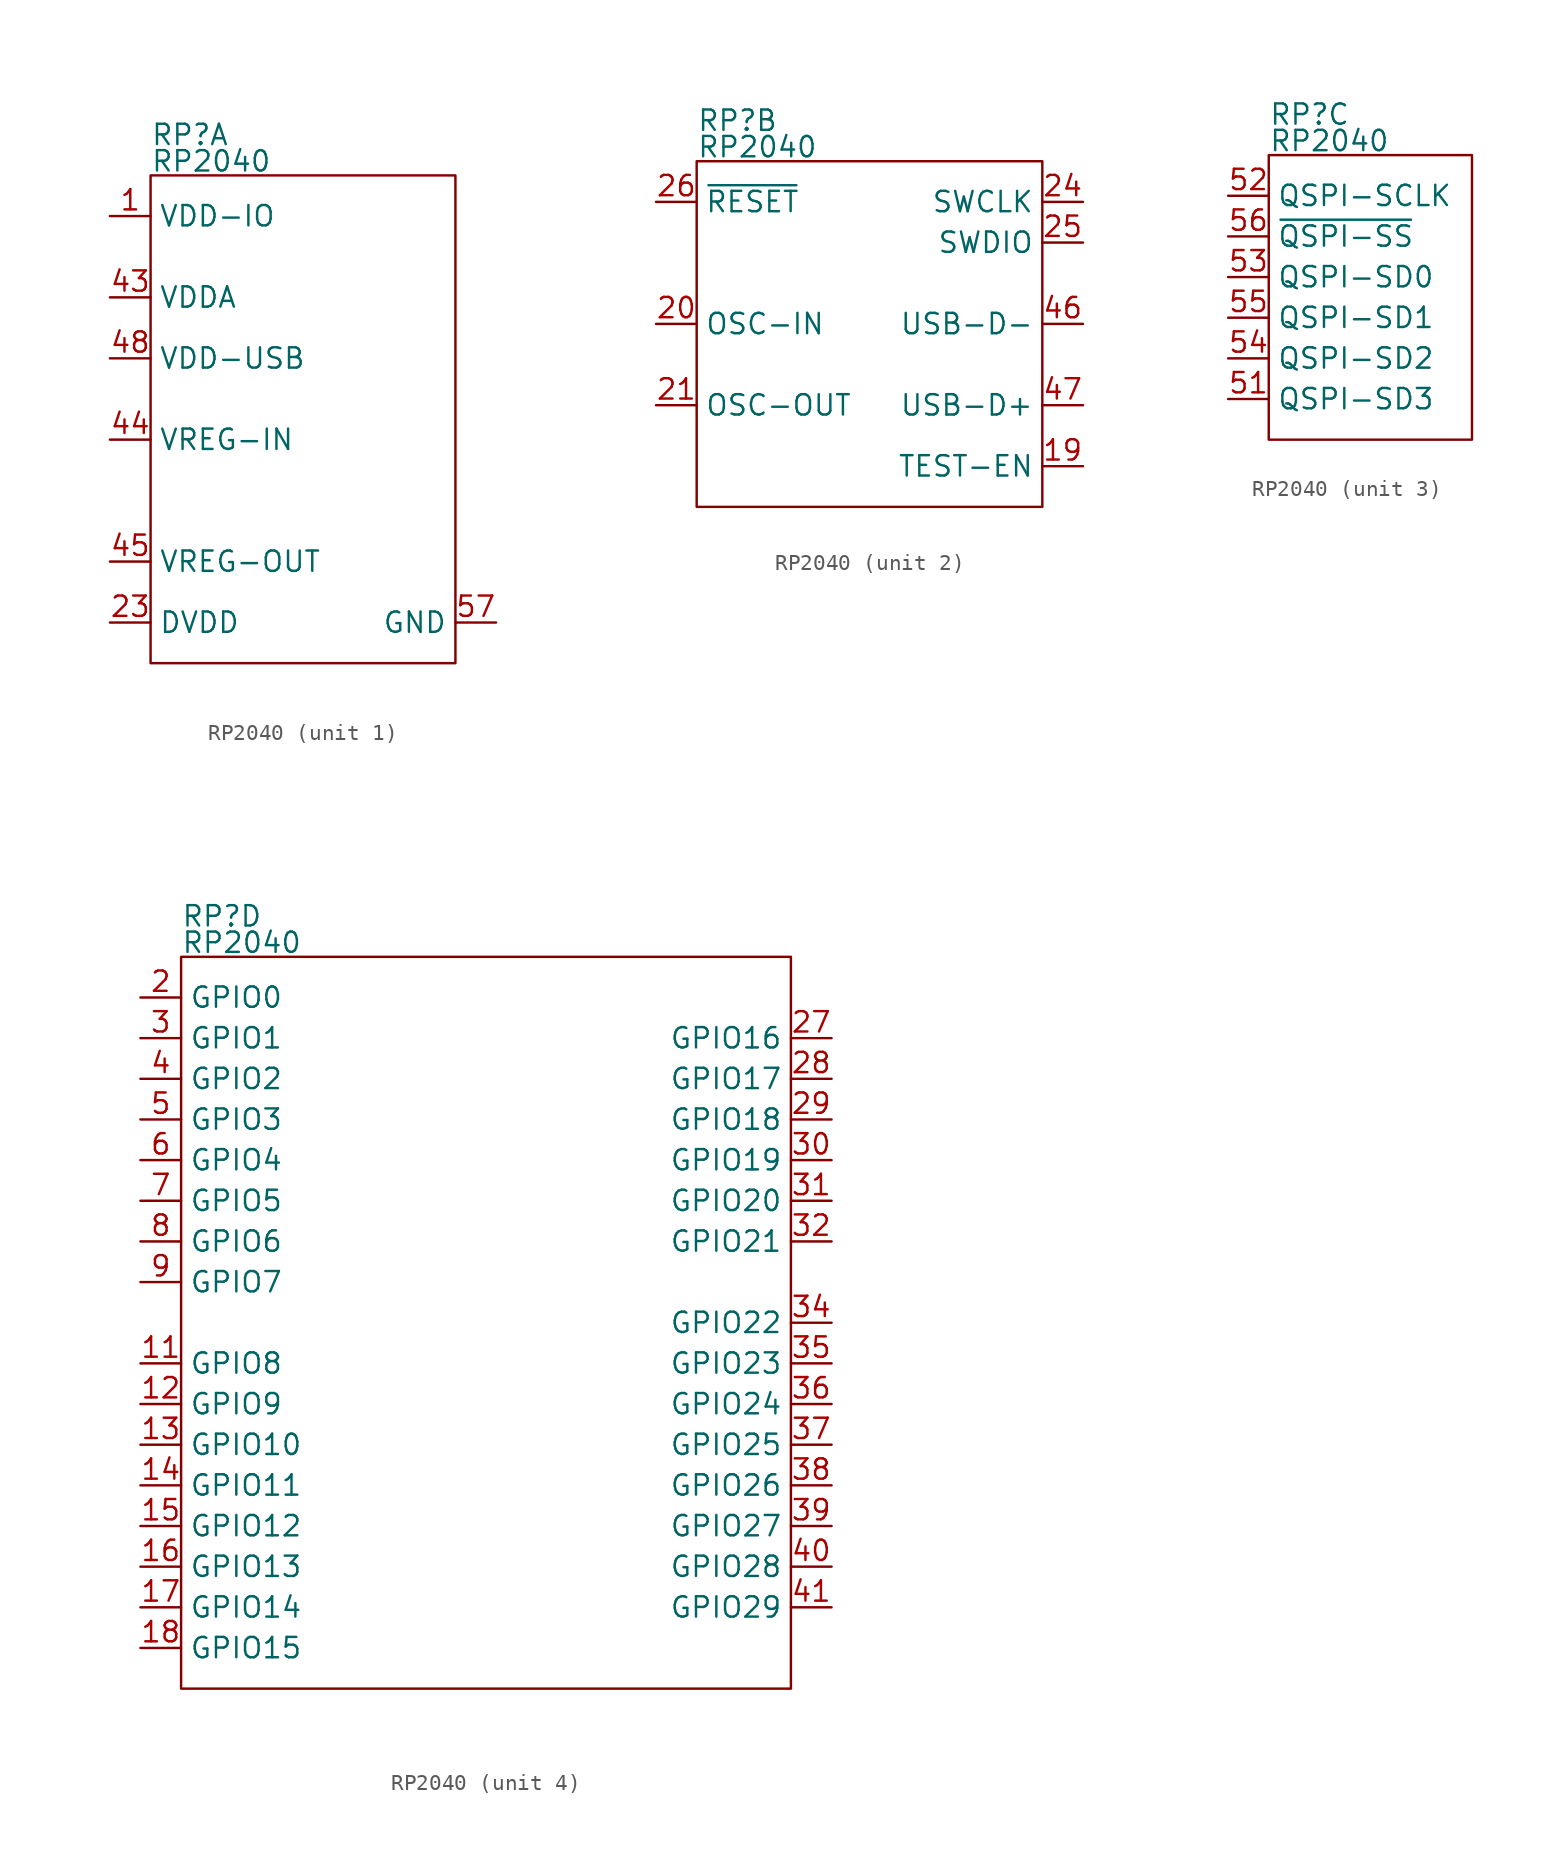
<source format=kicad_sym>
(kicad_symbol_lib
  (version 20220914)
  (generator kicad_symbol_editor)
  (symbol "RP2040"
    (property "Reference" "RP"
      (at 0 2.54 0)
      (effects (font (size 1.27 1.27)) (justify left)))
    (property "Value" "RP2040"
      (at 0 0.889 0)
      (effects (font (size 1.27 1.27)) (justify left)))
    (property "ki_locked" ""
      (at 0 0 0)
      (effects (font (size 1.27 1.27))))
    (symbol "RP2040_1_0"
      (pin power_in line (at -2.54 -2.54 0) (length 2.54) (name "VDD-IO" (effects (font (size 1.27 1.27)))) (number "1" (effects (font (size 1.27 1.27)))))
      (pin power_in line (at -2.54 -2.54 0) (length 2.54) hide (name "VDD-IO" (effects (font (size 1.27 1.27)))) (number "10" (effects (font (size 1.27 1.27)))))
      (pin power_in line (at -2.54 -2.54 0) (length 2.54) hide (name "VDD-IO" (effects (font (size 1.27 1.27)))) (number "22" (effects (font (size 1.27 1.27)))))
      (pin power_in line (at -2.54 -27.94 0) (length 2.54) (name "DVDD" (effects (font (size 1.27 1.27)))) (number "23" (effects (font (size 1.27 1.27)))))
      (pin power_in line (at -2.54 -2.54 0) (length 2.54) hide (name "VDD-IO" (effects (font (size 1.27 1.27)))) (number "33" (effects (font (size 1.27 1.27)))))
      (pin power_in line (at -2.54 -2.54 0) (length 2.54) hide (name "VDD-IO" (effects (font (size 1.27 1.27)))) (number "42" (effects (font (size 1.27 1.27)))))
      (pin power_in line (at -2.54 -7.62 0) (length 2.54) (name "VDDA" (effects (font (size 1.27 1.27)))) (number "43" (effects (font (size 1.27 1.27)))))
      (pin power_in line (at -2.54 -16.51 0) (length 2.54) (name "VREG-IN" (effects (font (size 1.27 1.27)))) (number "44" (effects (font (size 1.27 1.27)))))
      (pin power_out line (at -2.54 -24.13 0) (length 2.54) (name "VREG-OUT" (effects (font (size 1.27 1.27)))) (number "45" (effects (font (size 1.27 1.27)))))
      (pin power_in line (at -2.54 -11.43 0) (length 2.54) (name "VDD-USB" (effects (font (size 1.27 1.27)))) (number "48" (effects (font (size 1.27 1.27)))))
      (pin power_in line (at -2.54 -2.54 0) (length 2.54) hide (name "VDD-IO" (effects (font (size 1.27 1.27)))) (number "49" (effects (font (size 1.27 1.27)))))
      (pin power_in line (at -2.54 -27.94 0) (length 2.54) hide (name "DVDD" (effects (font (size 1.27 1.27)))) (number "50" (effects (font (size 1.27 1.27)))))
      (pin power_in line (at 21.59 -27.94 180) (length 2.54) (name "GND" (effects (font (size 1.27 1.27)))) (number "57" (effects (font (size 1.27 1.27))))))
    (symbol "RP2040_1_1"
      (rectangle (start 0 0) (end 19.05 -30.48) (stroke (width 0) (type default)) (fill (type none))))
    (symbol "RP2040_2_0"
      (pin passive line (at 24.13 -19.05 180) (length 2.54) (name "TEST-EN" (effects (font (size 1.27 1.27)))) (number "19" (effects (font (size 1.27 1.27)))))
      (pin passive line (at -2.54 -10.16 0) (length 2.54) (name "OSC-IN" (effects (font (size 1.27 1.27)))) (number "20" (effects (font (size 1.27 1.27)))))
      (pin passive line (at -2.54 -15.24 0) (length 2.54) (name "OSC-OUT" (effects (font (size 1.27 1.27)))) (number "21" (effects (font (size 1.27 1.27)))))
      (pin input line (at 24.13 -2.54 180) (length 2.54) (name "SWCLK" (effects (font (size 1.27 1.27)))) (number "24" (effects (font (size 1.27 1.27)))))
      (pin bidirectional line (at 24.13 -5.08 180) (length 2.54) (name "SWDIO" (effects (font (size 1.27 1.27)))) (number "25" (effects (font (size 1.27 1.27)))))
      (pin input line (at -2.54 -2.54 0) (length 2.54) (name "~{RESET}" (effects (font (size 1.27 1.27)))) (number "26" (effects (font (size 1.27 1.27)))))
      (pin bidirectional line (at 24.13 -10.16 180) (length 2.54) (name "USB-D-" (effects (font (size 1.27 1.27)))) (number "46" (effects (font (size 1.27 1.27)))))
      (pin bidirectional line (at 24.13 -15.24 180) (length 2.54) (name "USB-D+" (effects (font (size 1.27 1.27)))) (number "47" (effects (font (size 1.27 1.27))))))
    (symbol "RP2040_2_1"
      (rectangle (start 0 0) (end 21.59 -21.59) (stroke (width 0) (type default)) (fill (type none))))
    (symbol "RP2040_3_0"
      (pin bidirectional line (at -2.54 -15.24 0) (length 2.54) (name "QSPI-SD3" (effects (font (size 1.27 1.27)))) (number "51" (effects (font (size 1.27 1.27)))))
      (pin output line (at -2.54 -2.54 0) (length 2.54) (name "QSPI-SCLK" (effects (font (size 1.27 1.27)))) (number "52" (effects (font (size 1.27 1.27)))))
      (pin bidirectional line (at -2.54 -7.62 0) (length 2.54) (name "QSPI-SD0" (effects (font (size 1.27 1.27)))) (number "53" (effects (font (size 1.27 1.27)))))
      (pin bidirectional line (at -2.54 -12.7 0) (length 2.54) (name "QSPI-SD2" (effects (font (size 1.27 1.27)))) (number "54" (effects (font (size 1.27 1.27)))))
      (pin bidirectional line (at -2.54 -10.16 0) (length 2.54) (name "QSPI-SD1" (effects (font (size 1.27 1.27)))) (number "55" (effects (font (size 1.27 1.27)))))
      (pin output line (at -2.54 -5.08 0) (length 2.54) (name "~{QSPI-SS}" (effects (font (size 1.27 1.27)))) (number "56" (effects (font (size 1.27 1.27))))))
    (symbol "RP2040_3_1"
      (rectangle (start 0 0) (end 12.7 -17.78) (stroke (width 0) (type default)) (fill (type none))))
    (symbol "RP2040_4_0"
      (pin bidirectional line (at -2.54 -25.4 0) (length 2.54) (name "GPIO8" (effects (font (size 1.27 1.27)))) (number "11" (effects (font (size 1.27 1.27)))) (alternate "I2C0-SDA" bidirectional line) (alternate "PIO0" bidirectional line) (alternate "PIO1" bidirectional line) (alternate "PWM4-A" bidirectional line) (alternate "SIO" bidirectional line) (alternate "SPI1-RX" bidirectional line) (alternate "UART1-TX" bidirectional line) (alternate "USB-VBUS-EN" bidirectional line))
      (pin bidirectional line (at -2.54 -27.94 0) (length 2.54) (name "GPIO9" (effects (font (size 1.27 1.27)))) (number "12" (effects (font (size 1.27 1.27)))) (alternate "I2C0-SCL" bidirectional line) (alternate "PIO0" bidirectional line) (alternate "PIO1" bidirectional line) (alternate "PWM4-B" bidirectional line) (alternate "SIO" bidirectional line) (alternate "SPI1-~{CS}" bidirectional line) (alternate "UART1-RX" bidirectional line) (alternate "USB-OVCUR-DET" bidirectional line))
      (pin bidirectional line (at -2.54 -30.48 0) (length 2.54) (name "GPIO10" (effects (font (size 1.27 1.27)))) (number "13" (effects (font (size 1.27 1.27)))) (alternate "I2C1-SDA" bidirectional line) (alternate "PIO0" bidirectional line) (alternate "PIO1" bidirectional line) (alternate "PWM5-A" bidirectional line) (alternate "SIO" bidirectional line) (alternate "SPI1-SCK" bidirectional line) (alternate "UART1-CTS" bidirectional line) (alternate "USB-VBUS-DET" bidirectional line))
      (pin bidirectional line (at -2.54 -33.02 0) (length 2.54) (name "GPIO11" (effects (font (size 1.27 1.27)))) (number "14" (effects (font (size 1.27 1.27)))) (alternate "I2C1-SCL" bidirectional line) (alternate "PIO0" bidirectional line) (alternate "PIO1" bidirectional line) (alternate "PWM5-B" bidirectional line) (alternate "SIO" bidirectional line) (alternate "SPI1-TX" bidirectional line) (alternate "UART1-RTS" bidirectional line) (alternate "USB-VBUS-EN" bidirectional line))
      (pin bidirectional line (at -2.54 -35.56 0) (length 2.54) (name "GPIO12" (effects (font (size 1.27 1.27)))) (number "15" (effects (font (size 1.27 1.27)))) (alternate "I2C0-SDA" bidirectional line) (alternate "PIO0" bidirectional line) (alternate "PIO1" bidirectional line) (alternate "PWM6-A" bidirectional line) (alternate "SIO" bidirectional line) (alternate "SPI1-RX" bidirectional line) (alternate "UART0-TX" bidirectional line) (alternate "USB-OVCUR-DET" bidirectional line))
      (pin bidirectional line (at -2.54 -38.1 0) (length 2.54) (name "GPIO13" (effects (font (size 1.27 1.27)))) (number "16" (effects (font (size 1.27 1.27)))) (alternate "I2C0-SCL" bidirectional line) (alternate "PIO0" bidirectional line) (alternate "PIO1" bidirectional line) (alternate "PWM6-B" bidirectional line) (alternate "SIO" bidirectional line) (alternate "SPI1-~{CS}" bidirectional line) (alternate "UART0-RX" bidirectional line) (alternate "USB-VBUS-DET" bidirectional line))
      (pin bidirectional line (at -2.54 -40.64 0) (length 2.54) (name "GPIO14" (effects (font (size 1.27 1.27)))) (number "17" (effects (font (size 1.27 1.27)))) (alternate "I2C1-SDA" bidirectional line) (alternate "PIO0" bidirectional line) (alternate "PIO1" bidirectional line) (alternate "PWM7-A" bidirectional line) (alternate "SIO" bidirectional line) (alternate "SPI1-SCK" bidirectional line) (alternate "UART0-CTS" bidirectional line) (alternate "USB-VBUS-EN" bidirectional line))
      (pin bidirectional line (at -2.54 -43.18 0) (length 2.54) (name "GPIO15" (effects (font (size 1.27 1.27)))) (number "18" (effects (font (size 1.27 1.27)))) (alternate "I2C1-SCL" bidirectional line) (alternate "PIO0" bidirectional line) (alternate "PIO1" bidirectional line) (alternate "PWM7-B" bidirectional line) (alternate "SIO" bidirectional line) (alternate "SPI1-TX" bidirectional line) (alternate "UART0-RTS" bidirectional line) (alternate "USB-OVCUR-DET" bidirectional line))
      (pin bidirectional line (at -2.54 -2.54 0) (length 2.54) (name "GPIO0" (effects (font (size 1.27 1.27)))) (number "2" (effects (font (size 1.27 1.27)))) (alternate "I2C0-SDA" bidirectional line) (alternate "PIO0" bidirectional line) (alternate "PIO1" bidirectional line) (alternate "PWM0-A" output line) (alternate "SIO" bidirectional line) (alternate "SPI0-RX" input line) (alternate "USART-TX" output line) (alternate "USB-OC-DET" input line))
      (pin bidirectional line (at 40.64 -5.08 180) (length 2.54) (name "GPIO16" (effects (font (size 1.27 1.27)))) (number "27" (effects (font (size 1.27 1.27)))) (alternate "I2C0-SDA" bidirectional line) (alternate "PIO0" bidirectional line) (alternate "PIO1" bidirectional line) (alternate "PWM0-A" bidirectional line) (alternate "SIO" bidirectional line) (alternate "SPI0-RX" bidirectional line) (alternate "UART0-TX" bidirectional line) (alternate "USB-VBUS-DET" bidirectional line))
      (pin bidirectional line (at 40.64 -7.62 180) (length 2.54) (name "GPIO17" (effects (font (size 1.27 1.27)))) (number "28" (effects (font (size 1.27 1.27)))) (alternate "I2C0-SCL" bidirectional line) (alternate "PIO0" bidirectional line) (alternate "PIO1" bidirectional line) (alternate "PWM0-B" bidirectional line) (alternate "SIO" bidirectional line) (alternate "SPI0-~{CS}" bidirectional line) (alternate "UART0-RX" bidirectional line) (alternate "USB-VBUS-EN" bidirectional line))
      (pin bidirectional line (at 40.64 -10.16 180) (length 2.54) (name "GPIO18" (effects (font (size 1.27 1.27)))) (number "29" (effects (font (size 1.27 1.27)))) (alternate "I2C1-SDA" bidirectional line) (alternate "PIO0" bidirectional line) (alternate "PIO1" bidirectional line) (alternate "PWM1-A" bidirectional line) (alternate "SIO" bidirectional line) (alternate "SPI0-SCK" bidirectional line) (alternate "UART0-CTS" bidirectional line) (alternate "USB-OVCUR-DET" bidirectional line))
      (pin bidirectional line (at -2.54 -5.08 0) (length 2.54) (name "GPIO1" (effects (font (size 1.27 1.27)))) (number "3" (effects (font (size 1.27 1.27)))) (alternate "I2C0-SCL" bidirectional line) (alternate "PIO0" bidirectional line) (alternate "PIO1" bidirectional line) (alternate "PWM0-B" output line) (alternate "SIO" bidirectional line) (alternate "SPI0-~{CS}" output line) (alternate "UART0-RX" input line) (alternate "USB-VBUS-DET" input line))
      (pin bidirectional line (at 40.64 -12.7 180) (length 2.54) (name "GPIO19" (effects (font (size 1.27 1.27)))) (number "30" (effects (font (size 1.27 1.27)))) (alternate "I2C1-SCL" bidirectional line) (alternate "PIO0" bidirectional line) (alternate "PIO1" bidirectional line) (alternate "PWM1-B" bidirectional line) (alternate "SIO" bidirectional line) (alternate "SPI0-TX" bidirectional line) (alternate "UART0-RTS" bidirectional line) (alternate "USB-VBUS-DET" bidirectional line))
      (pin bidirectional line (at 40.64 -15.24 180) (length 2.54) (name "GPIO20" (effects (font (size 1.27 1.27)))) (number "31" (effects (font (size 1.27 1.27)))) (alternate "CLOCK-GPIN0" bidirectional line) (alternate "I2C0-SDA" bidirectional line) (alternate "PIO0" bidirectional line) (alternate "PIO1" bidirectional line) (alternate "PWM2-A" bidirectional line) (alternate "SIO" bidirectional line) (alternate "SPI0-RX" bidirectional line) (alternate "UART1-TX" bidirectional line) (alternate "USB-VBUS-EN" bidirectional line))
      (pin bidirectional line (at 40.64 -17.78 180) (length 2.54) (name "GPIO21" (effects (font (size 1.27 1.27)))) (number "32" (effects (font (size 1.27 1.27)))) (alternate "CLOCK-GPOUT0" bidirectional line) (alternate "I2C0-SCL" bidirectional line) (alternate "PIO0" bidirectional line) (alternate "PIO1" bidirectional line) (alternate "PWM2-B" bidirectional line) (alternate "SIO" bidirectional line) (alternate "SPI0-~{CS}" bidirectional line) (alternate "UART1-RX" bidirectional line) (alternate "USB-OVCUR-DET" bidirectional line))
      (pin bidirectional line (at 40.64 -22.86 180) (length 2.54) (name "GPIO22" (effects (font (size 1.27 1.27)))) (number "34" (effects (font (size 1.27 1.27)))) (alternate "CLOCK-GPIN1" bidirectional line) (alternate "I2C1-SDA" bidirectional line) (alternate "PIO0" bidirectional line) (alternate "PIO1" bidirectional line) (alternate "PWM3-A" bidirectional line) (alternate "SIO" bidirectional line) (alternate "SPI0-SCK" bidirectional line) (alternate "UART1-CTS" bidirectional line) (alternate "USB-VBUS-DET" bidirectional line))
      (pin bidirectional line (at 40.64 -25.4 180) (length 2.54) (name "GPIO23" (effects (font (size 1.27 1.27)))) (number "35" (effects (font (size 1.27 1.27)))) (alternate "CLOCK-GPOUT1" bidirectional line) (alternate "I2C1-SCL" bidirectional line) (alternate "PIO0" bidirectional line) (alternate "PIO1" bidirectional line) (alternate "PWM3-B" bidirectional line) (alternate "SIO" bidirectional line) (alternate "SPI0-TX" bidirectional line) (alternate "UART1-RTS" bidirectional line) (alternate "USB-VBUS-EN" bidirectional line))
      (pin bidirectional line (at 40.64 -27.94 180) (length 2.54) (name "GPIO24" (effects (font (size 1.27 1.27)))) (number "36" (effects (font (size 1.27 1.27)))) (alternate "CLOCK-GPOUT2" bidirectional line) (alternate "I2C0-SDA" bidirectional line) (alternate "PIO0" bidirectional line) (alternate "PIO1" bidirectional line) (alternate "PWM4-A" bidirectional line) (alternate "SIO" bidirectional line) (alternate "SPI1-RX" bidirectional line) (alternate "UART1-TX" bidirectional line) (alternate "USB-OVCUR-DET" bidirectional line))
      (pin bidirectional line (at 40.64 -30.48 180) (length 2.54) (name "GPIO25" (effects (font (size 1.27 1.27)))) (number "37" (effects (font (size 1.27 1.27)))) (alternate "CLOCK-GPOUT3" bidirectional line) (alternate "I2C0-SCL" bidirectional line) (alternate "PIO0" bidirectional line) (alternate "PIO1" bidirectional line) (alternate "PWM4-B" bidirectional line) (alternate "SIO" bidirectional line) (alternate "SPI1-~{CS}" bidirectional line) (alternate "UART1-RX" bidirectional line) (alternate "USB-VBUS-DET" bidirectional line))
      (pin bidirectional line (at 40.64 -33.02 180) (length 2.54) (name "GPIO26" (effects (font (size 1.27 1.27)))) (number "38" (effects (font (size 1.27 1.27)))) (alternate "ADC-0" bidirectional line) (alternate "I2C1-SDA" bidirectional line) (alternate "PIO0" bidirectional line) (alternate "PIO1" bidirectional line) (alternate "PWM5-A" bidirectional line) (alternate "SIO" bidirectional line) (alternate "SPI1-SCK" bidirectional line) (alternate "UART1-CTS" bidirectional line) (alternate "USB-VBUS-EN" bidirectional line))
      (pin bidirectional line (at 40.64 -35.56 180) (length 2.54) (name "GPIO27" (effects (font (size 1.27 1.27)))) (number "39" (effects (font (size 1.27 1.27)))) (alternate "ADC-1" bidirectional line) (alternate "I2C1-SCL" bidirectional line) (alternate "PIO0" bidirectional line) (alternate "PIO1" bidirectional line) (alternate "PWM5-B" bidirectional line) (alternate "SIO" bidirectional line) (alternate "SPI1-TX" bidirectional line) (alternate "UART1-RTS" bidirectional line) (alternate "USB-OVCUR-DET" bidirectional line))
      (pin bidirectional line (at -2.54 -7.62 0) (length 2.54) (name "GPIO2" (effects (font (size 1.27 1.27)))) (number "4" (effects (font (size 1.27 1.27)))) (alternate "I2C1-SDA" bidirectional line) (alternate "PIO0" bidirectional line) (alternate "PIO1" bidirectional line) (alternate "PWM1-A" output line) (alternate "SIO" bidirectional line) (alternate "SPI0-SCK" bidirectional line) (alternate "UART0-CTS" bidirectional line) (alternate "USB-VBUS-EN" output line))
      (pin bidirectional line (at 40.64 -38.1 180) (length 2.54) (name "GPIO28" (effects (font (size 1.27 1.27)))) (number "40" (effects (font (size 1.27 1.27)))) (alternate "ADC-2" bidirectional line) (alternate "I2C0-SDA" bidirectional line) (alternate "PIO0" bidirectional line) (alternate "PIO1" bidirectional line) (alternate "PWM6-A" bidirectional line) (alternate "SIO" bidirectional line) (alternate "SPI1-RX" bidirectional line) (alternate "UART0-TX" bidirectional line) (alternate "USB-VBUS-DET" bidirectional line))
      (pin bidirectional line (at 40.64 -40.64 180) (length 2.54) (name "GPIO29" (effects (font (size 1.27 1.27)))) (number "41" (effects (font (size 1.27 1.27)))) (alternate "ADC-3" bidirectional line) (alternate "I2C0-SCL" bidirectional line) (alternate "PIO0" bidirectional line) (alternate "PIO1" bidirectional line) (alternate "PWM6-B" bidirectional line) (alternate "SIO" bidirectional line) (alternate "SPI1-~{CS}" bidirectional line) (alternate "UART0-RX" bidirectional line) (alternate "USB-VBUS-EN" bidirectional line))
      (pin bidirectional line (at -2.54 -10.16 0) (length 2.54) (name "GPIO3" (effects (font (size 1.27 1.27)))) (number "5" (effects (font (size 1.27 1.27)))) (alternate "I2C1-SCL" bidirectional line) (alternate "PIO0" bidirectional line) (alternate "PIO1" bidirectional line) (alternate "PWM1-B" output line) (alternate "SIO" bidirectional line) (alternate "SPI0-TX" bidirectional line) (alternate "UART0-RTS" bidirectional line) (alternate "USB-OC-DET" input line))
      (pin bidirectional line (at -2.54 -12.7 0) (length 2.54) (name "GPIO4" (effects (font (size 1.27 1.27)))) (number "6" (effects (font (size 1.27 1.27)))) (alternate "I2C0-SDA" bidirectional line) (alternate "PIO0" bidirectional line) (alternate "PIO1" bidirectional line) (alternate "PWM2-A" output line) (alternate "SIO" bidirectional line) (alternate "SPI0-RX" bidirectional line) (alternate "UART1-TX" output line) (alternate "USB-VBUS-DET" input line))
      (pin bidirectional line (at -2.54 -15.24 0) (length 2.54) (name "GPIO5" (effects (font (size 1.27 1.27)))) (number "7" (effects (font (size 1.27 1.27)))) (alternate "I2C0-SCL" bidirectional line) (alternate "PIO0" bidirectional line) (alternate "PIO1" bidirectional line) (alternate "PWM2-B" output line) (alternate "SIO" bidirectional line) (alternate "SPI0-~{CS}" bidirectional line) (alternate "UART1-RX" input line) (alternate "USB-VBUS-EN" output line))
      (pin bidirectional line (at -2.54 -17.78 0) (length 2.54) (name "GPIO6" (effects (font (size 1.27 1.27)))) (number "8" (effects (font (size 1.27 1.27)))) (alternate "I2C0-SDA" bidirectional line) (alternate "PIO0" bidirectional line) (alternate "PIO1" bidirectional line) (alternate "PWM3-A" output line) (alternate "SIO" bidirectional line) (alternate "SPI0-SCK" bidirectional line) (alternate "UART1-CTS" bidirectional line) (alternate "USB-OC-DET" input line))
      (pin bidirectional line (at -2.54 -20.32 0) (length 2.54) (name "GPIO7" (effects (font (size 1.27 1.27)))) (number "9" (effects (font (size 1.27 1.27)))) (alternate "I2C1-SCL" bidirectional line) (alternate "PIO0" bidirectional line) (alternate "PIO1" bidirectional line) (alternate "PWM3-B" output line) (alternate "SIO" bidirectional line) (alternate "SPI0-TX" bidirectional line) (alternate "UART1-RTS" bidirectional line) (alternate "USB-VBUS-DET" input line)))
    (symbol "RP2040_4_1"
      (rectangle (start 0 0) (end 38.1 -45.72) (stroke (width 0) (type default)) (fill (type none))))))
</source>
